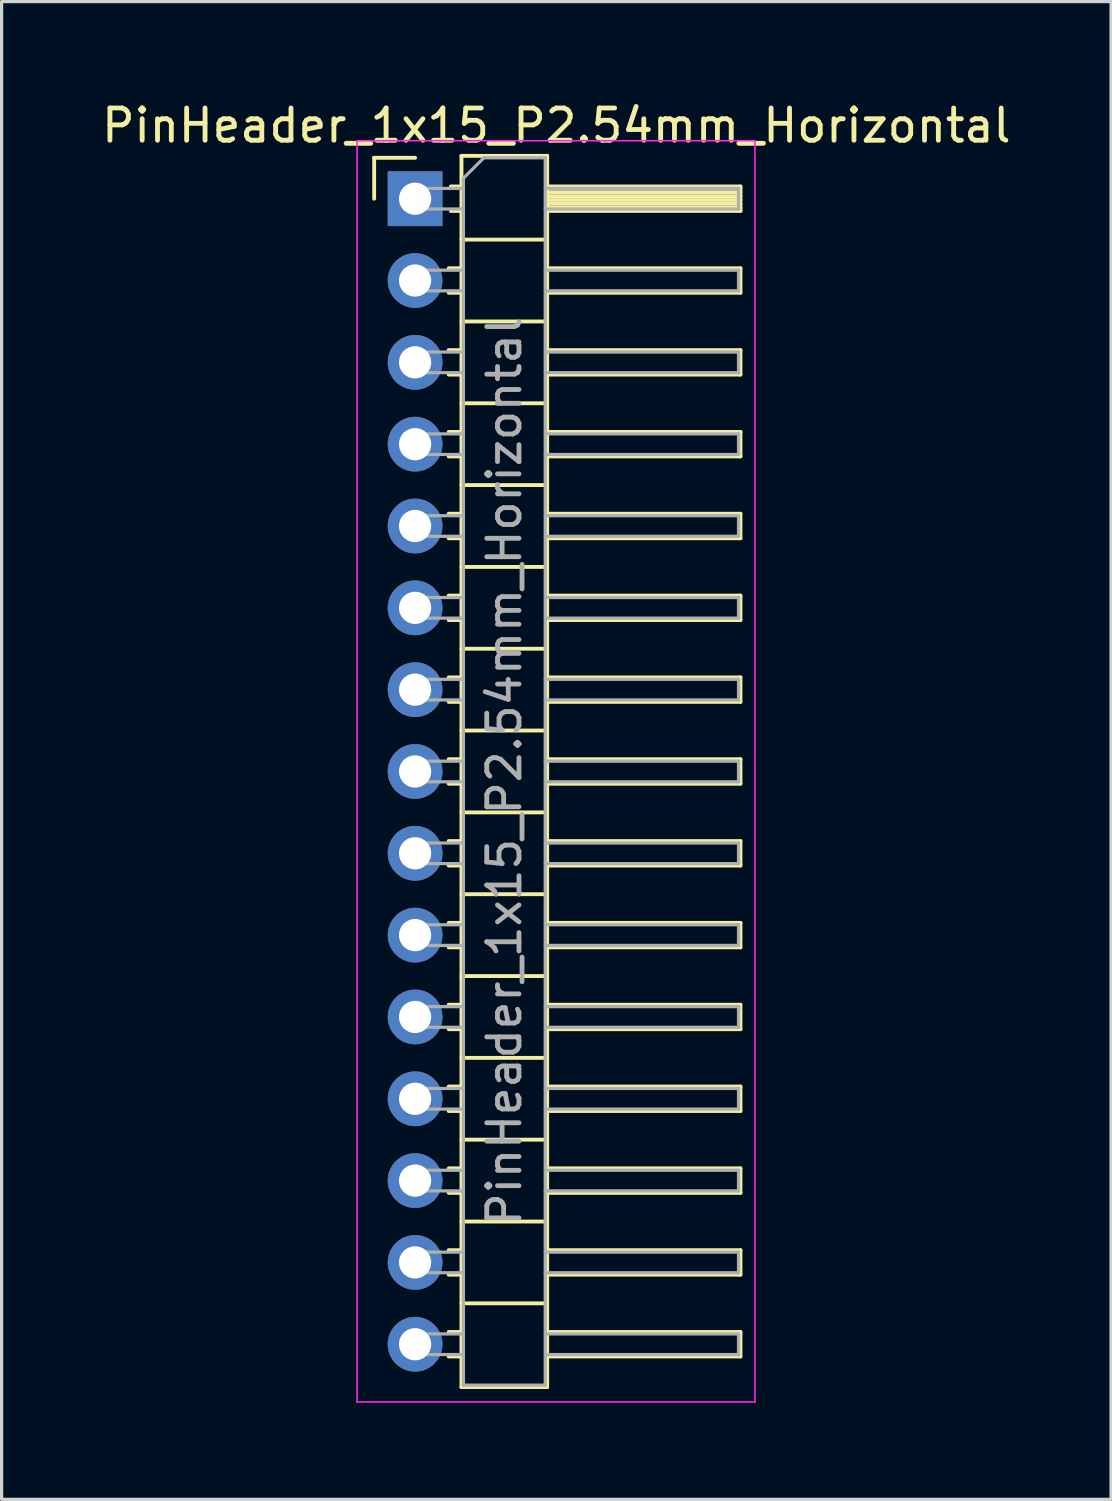
<source format=kicad_pcb>
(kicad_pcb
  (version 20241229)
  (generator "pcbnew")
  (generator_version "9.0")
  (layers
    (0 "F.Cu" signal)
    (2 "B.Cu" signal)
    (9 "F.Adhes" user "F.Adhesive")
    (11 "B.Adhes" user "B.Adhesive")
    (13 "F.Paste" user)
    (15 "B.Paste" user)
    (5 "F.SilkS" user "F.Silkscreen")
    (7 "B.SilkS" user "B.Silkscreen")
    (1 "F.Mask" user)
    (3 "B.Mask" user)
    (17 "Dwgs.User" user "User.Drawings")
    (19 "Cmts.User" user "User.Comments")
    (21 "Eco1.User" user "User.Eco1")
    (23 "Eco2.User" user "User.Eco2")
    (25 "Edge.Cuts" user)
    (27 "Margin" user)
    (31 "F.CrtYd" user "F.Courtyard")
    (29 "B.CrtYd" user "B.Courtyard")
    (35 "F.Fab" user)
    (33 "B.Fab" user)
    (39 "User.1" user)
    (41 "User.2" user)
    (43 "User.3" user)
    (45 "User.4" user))
  (footprint "PinHeader_1x15_P2.54mm_Horizontal"
    (layer "F.Cu")
    (at 9.835 3.118)
    (property "Reference" "PinHeader_1x15_P2.54mm_Horizontal" (at 4.385 -2.27 0) (layer "F.SilkS") (effects (font (size 1 1) (thickness 0.15))))
    (attr through_hole)
    (fp_line (start -1.27 -1.27) (end 0 -1.27) (stroke (width 0.12) (type solid)) (layer "F.SilkS"))
    (fp_line (start -1.27 0) (end -1.27 -1.27) (stroke (width 0.12) (type solid)) (layer "F.SilkS"))
    (fp_line (start 1.043 2.16) (end 1.44 2.16) (stroke (width 0.12) (type solid)) (layer "F.SilkS"))
    (fp_line (start 1.043 2.92) (end 1.44 2.92) (stroke (width 0.12) (type solid)) (layer "F.SilkS"))
    (fp_line (start 1.043 4.7) (end 1.44 4.7) (stroke (width 0.12) (type solid)) (layer "F.SilkS"))
    (fp_line (start 1.043 5.46) (end 1.44 5.46) (stroke (width 0.12) (type solid)) (layer "F.SilkS"))
    (fp_line (start 1.043 7.24) (end 1.44 7.24) (stroke (width 0.12) (type solid)) (layer "F.SilkS"))
    (fp_line (start 1.043 8) (end 1.44 8) (stroke (width 0.12) (type solid)) (layer "F.SilkS"))
    (fp_line (start 1.043 9.78) (end 1.44 9.78) (stroke (width 0.12) (type solid)) (layer "F.SilkS"))
    (fp_line (start 1.043 10.54) (end 1.44 10.54) (stroke (width 0.12) (type solid)) (layer "F.SilkS"))
    (fp_line (start 1.043 12.32) (end 1.44 12.32) (stroke (width 0.12) (type solid)) (layer "F.SilkS"))
    (fp_line (start 1.043 13.08) (end 1.44 13.08) (stroke (width 0.12) (type solid)) (layer "F.SilkS"))
    (fp_line (start 1.043 14.86) (end 1.44 14.86) (stroke (width 0.12) (type solid)) (layer "F.SilkS"))
    (fp_line (start 1.043 15.62) (end 1.44 15.62) (stroke (width 0.12) (type solid)) (layer "F.SilkS"))
    (fp_line (start 1.043 17.4) (end 1.44 17.4) (stroke (width 0.12) (type solid)) (layer "F.SilkS"))
    (fp_line (start 1.043 18.16) (end 1.44 18.16) (stroke (width 0.12) (type solid)) (layer "F.SilkS"))
    (fp_line (start 1.043 19.94) (end 1.44 19.94) (stroke (width 0.12) (type solid)) (layer "F.SilkS"))
    (fp_line (start 1.043 20.7) (end 1.44 20.7) (stroke (width 0.12) (type solid)) (layer "F.SilkS"))
    (fp_line (start 1.043 22.48) (end 1.44 22.48) (stroke (width 0.12) (type solid)) (layer "F.SilkS"))
    (fp_line (start 1.043 23.24) (end 1.44 23.24) (stroke (width 0.12) (type solid)) (layer "F.SilkS"))
    (fp_line (start 1.043 25.02) (end 1.44 25.02) (stroke (width 0.12) (type solid)) (layer "F.SilkS"))
    (fp_line (start 1.043 25.78) (end 1.44 25.78) (stroke (width 0.12) (type solid)) (layer "F.SilkS"))
    (fp_line (start 1.043 27.56) (end 1.44 27.56) (stroke (width 0.12) (type solid)) (layer "F.SilkS"))
    (fp_line (start 1.043 28.32) (end 1.44 28.32) (stroke (width 0.12) (type solid)) (layer "F.SilkS"))
    (fp_line (start 1.043 30.1) (end 1.44 30.1) (stroke (width 0.12) (type solid)) (layer "F.SilkS"))
    (fp_line (start 1.043 30.86) (end 1.44 30.86) (stroke (width 0.12) (type solid)) (layer "F.SilkS"))
    (fp_line (start 1.043 32.64) (end 1.44 32.64) (stroke (width 0.12) (type solid)) (layer "F.SilkS"))
    (fp_line (start 1.043 33.4) (end 1.44 33.4) (stroke (width 0.12) (type solid)) (layer "F.SilkS"))
    (fp_line (start 1.043 35.18) (end 1.44 35.18) (stroke (width 0.12) (type solid)) (layer "F.SilkS"))
    (fp_line (start 1.043 35.94) (end 1.44 35.94) (stroke (width 0.12) (type solid)) (layer "F.SilkS"))
    (fp_line (start 1.11 -0.38) (end 1.44 -0.38) (stroke (width 0.12) (type solid)) (layer "F.SilkS"))
    (fp_line (start 1.11 0.38) (end 1.44 0.38) (stroke (width 0.12) (type solid)) (layer "F.SilkS"))
    (fp_line (start 1.44 -1.33) (end 1.44 36.89) (stroke (width 0.12) (type solid)) (layer "F.SilkS"))
    (fp_line (start 1.44 1.27) (end 4.1 1.27) (stroke (width 0.12) (type solid)) (layer "F.SilkS"))
    (fp_line (start 1.44 3.81) (end 4.1 3.81) (stroke (width 0.12) (type solid)) (layer "F.SilkS"))
    (fp_line (start 1.44 6.35) (end 4.1 6.35) (stroke (width 0.12) (type solid)) (layer "F.SilkS"))
    (fp_line (start 1.44 8.89) (end 4.1 8.89) (stroke (width 0.12) (type solid)) (layer "F.SilkS"))
    (fp_line (start 1.44 11.43) (end 4.1 11.43) (stroke (width 0.12) (type solid)) (layer "F.SilkS"))
    (fp_line (start 1.44 13.97) (end 4.1 13.97) (stroke (width 0.12) (type solid)) (layer "F.SilkS"))
    (fp_line (start 1.44 16.51) (end 4.1 16.51) (stroke (width 0.12) (type solid)) (layer "F.SilkS"))
    (fp_line (start 1.44 19.05) (end 4.1 19.05) (stroke (width 0.12) (type solid)) (layer "F.SilkS"))
    (fp_line (start 1.44 21.59) (end 4.1 21.59) (stroke (width 0.12) (type solid)) (layer "F.SilkS"))
    (fp_line (start 1.44 24.13) (end 4.1 24.13) (stroke (width 0.12) (type solid)) (layer "F.SilkS"))
    (fp_line (start 1.44 26.67) (end 4.1 26.67) (stroke (width 0.12) (type solid)) (layer "F.SilkS"))
    (fp_line (start 1.44 29.21) (end 4.1 29.21) (stroke (width 0.12) (type solid)) (layer "F.SilkS"))
    (fp_line (start 1.44 31.75) (end 4.1 31.75) (stroke (width 0.12) (type solid)) (layer "F.SilkS"))
    (fp_line (start 1.44 34.29) (end 4.1 34.29) (stroke (width 0.12) (type solid)) (layer "F.SilkS"))
    (fp_line (start 1.44 36.89) (end 4.1 36.89) (stroke (width 0.12) (type solid)) (layer "F.SilkS"))
    (fp_line (start 4.1 -1.33) (end 1.44 -1.33) (stroke (width 0.12) (type solid)) (layer "F.SilkS"))
    (fp_line (start 4.1 -0.38) (end 10.1 -0.38) (stroke (width 0.12) (type solid)) (layer "F.SilkS"))
    (fp_line (start 4.1 -0.32) (end 10.1 -0.32) (stroke (width 0.12) (type solid)) (layer "F.SilkS"))
    (fp_line (start 4.1 -0.2) (end 10.1 -0.2) (stroke (width 0.12) (type solid)) (layer "F.SilkS"))
    (fp_line (start 4.1 -0.08) (end 10.1 -0.08) (stroke (width 0.12) (type solid)) (layer "F.SilkS"))
    (fp_line (start 4.1 0.04) (end 10.1 0.04) (stroke (width 0.12) (type solid)) (layer "F.SilkS"))
    (fp_line (start 4.1 0.16) (end 10.1 0.16) (stroke (width 0.12) (type solid)) (layer "F.SilkS"))
    (fp_line (start 4.1 0.28) (end 10.1 0.28) (stroke (width 0.12) (type solid)) (layer "F.SilkS"))
    (fp_line (start 4.1 2.16) (end 10.1 2.16) (stroke (width 0.12) (type solid)) (layer "F.SilkS"))
    (fp_line (start 4.1 4.7) (end 10.1 4.7) (stroke (width 0.12) (type solid)) (layer "F.SilkS"))
    (fp_line (start 4.1 7.24) (end 10.1 7.24) (stroke (width 0.12) (type solid)) (layer "F.SilkS"))
    (fp_line (start 4.1 9.78) (end 10.1 9.78) (stroke (width 0.12) (type solid)) (layer "F.SilkS"))
    (fp_line (start 4.1 12.32) (end 10.1 12.32) (stroke (width 0.12) (type solid)) (layer "F.SilkS"))
    (fp_line (start 4.1 14.86) (end 10.1 14.86) (stroke (width 0.12) (type solid)) (layer "F.SilkS"))
    (fp_line (start 4.1 17.4) (end 10.1 17.4) (stroke (width 0.12) (type solid)) (layer "F.SilkS"))
    (fp_line (start 4.1 19.94) (end 10.1 19.94) (stroke (width 0.12) (type solid)) (layer "F.SilkS"))
    (fp_line (start 4.1 22.48) (end 10.1 22.48) (stroke (width 0.12) (type solid)) (layer "F.SilkS"))
    (fp_line (start 4.1 25.02) (end 10.1 25.02) (stroke (width 0.12) (type solid)) (layer "F.SilkS"))
    (fp_line (start 4.1 27.56) (end 10.1 27.56) (stroke (width 0.12) (type solid)) (layer "F.SilkS"))
    (fp_line (start 4.1 30.1) (end 10.1 30.1) (stroke (width 0.12) (type solid)) (layer "F.SilkS"))
    (fp_line (start 4.1 32.64) (end 10.1 32.64) (stroke (width 0.12) (type solid)) (layer "F.SilkS"))
    (fp_line (start 4.1 35.18) (end 10.1 35.18) (stroke (width 0.12) (type solid)) (layer "F.SilkS"))
    (fp_line (start 4.1 36.89) (end 4.1 -1.33) (stroke (width 0.12) (type solid)) (layer "F.SilkS"))
    (fp_line (start 10.1 -0.38) (end 10.1 0.38) (stroke (width 0.12) (type solid)) (layer "F.SilkS"))
    (fp_line (start 10.1 0.38) (end 4.1 0.38) (stroke (width 0.12) (type solid)) (layer "F.SilkS"))
    (fp_line (start 10.1 2.16) (end 10.1 2.92) (stroke (width 0.12) (type solid)) (layer "F.SilkS"))
    (fp_line (start 10.1 2.92) (end 4.1 2.92) (stroke (width 0.12) (type solid)) (layer "F.SilkS"))
    (fp_line (start 10.1 4.7) (end 10.1 5.46) (stroke (width 0.12) (type solid)) (layer "F.SilkS"))
    (fp_line (start 10.1 5.46) (end 4.1 5.46) (stroke (width 0.12) (type solid)) (layer "F.SilkS"))
    (fp_line (start 10.1 7.24) (end 10.1 8) (stroke (width 0.12) (type solid)) (layer "F.SilkS"))
    (fp_line (start 10.1 8) (end 4.1 8) (stroke (width 0.12) (type solid)) (layer "F.SilkS"))
    (fp_line (start 10.1 9.78) (end 10.1 10.54) (stroke (width 0.12) (type solid)) (layer "F.SilkS"))
    (fp_line (start 10.1 10.54) (end 4.1 10.54) (stroke (width 0.12) (type solid)) (layer "F.SilkS"))
    (fp_line (start 10.1 12.32) (end 10.1 13.08) (stroke (width 0.12) (type solid)) (layer "F.SilkS"))
    (fp_line (start 10.1 13.08) (end 4.1 13.08) (stroke (width 0.12) (type solid)) (layer "F.SilkS"))
    (fp_line (start 10.1 14.86) (end 10.1 15.62) (stroke (width 0.12) (type solid)) (layer "F.SilkS"))
    (fp_line (start 10.1 15.62) (end 4.1 15.62) (stroke (width 0.12) (type solid)) (layer "F.SilkS"))
    (fp_line (start 10.1 17.4) (end 10.1 18.16) (stroke (width 0.12) (type solid)) (layer "F.SilkS"))
    (fp_line (start 10.1 18.16) (end 4.1 18.16) (stroke (width 0.12) (type solid)) (layer "F.SilkS"))
    (fp_line (start 10.1 19.94) (end 10.1 20.7) (stroke (width 0.12) (type solid)) (layer "F.SilkS"))
    (fp_line (start 10.1 20.7) (end 4.1 20.7) (stroke (width 0.12) (type solid)) (layer "F.SilkS"))
    (fp_line (start 10.1 22.48) (end 10.1 23.24) (stroke (width 0.12) (type solid)) (layer "F.SilkS"))
    (fp_line (start 10.1 23.24) (end 4.1 23.24) (stroke (width 0.12) (type solid)) (layer "F.SilkS"))
    (fp_line (start 10.1 25.02) (end 10.1 25.78) (stroke (width 0.12) (type solid)) (layer "F.SilkS"))
    (fp_line (start 10.1 25.78) (end 4.1 25.78) (stroke (width 0.12) (type solid)) (layer "F.SilkS"))
    (fp_line (start 10.1 27.56) (end 10.1 28.32) (stroke (width 0.12) (type solid)) (layer "F.SilkS"))
    (fp_line (start 10.1 28.32) (end 4.1 28.32) (stroke (width 0.12) (type solid)) (layer "F.SilkS"))
    (fp_line (start 10.1 30.1) (end 10.1 30.86) (stroke (width 0.12) (type solid)) (layer "F.SilkS"))
    (fp_line (start 10.1 30.86) (end 4.1 30.86) (stroke (width 0.12) (type solid)) (layer "F.SilkS"))
    (fp_line (start 10.1 32.64) (end 10.1 33.4) (stroke (width 0.12) (type solid)) (layer "F.SilkS"))
    (fp_line (start 10.1 33.4) (end 4.1 33.4) (stroke (width 0.12) (type solid)) (layer "F.SilkS"))
    (fp_line (start 10.1 35.18) (end 10.1 35.94) (stroke (width 0.12) (type solid)) (layer "F.SilkS"))
    (fp_line (start 10.1 35.94) (end 4.1 35.94) (stroke (width 0.12) (type solid)) (layer "F.SilkS"))
    (fp_line (start -1.8 -1.8) (end -1.8 37.35) (stroke (width 0.05) (type solid)) (layer "F.CrtYd"))
    (fp_line (start -1.8 37.35) (end 10.55 37.35) (stroke (width 0.05) (type solid)) (layer "F.CrtYd"))
    (fp_line (start 10.55 -1.8) (end -1.8 -1.8) (stroke (width 0.05) (type solid)) (layer "F.CrtYd"))
    (fp_line (start 10.55 37.35) (end 10.55 -1.8) (stroke (width 0.05) (type solid)) (layer "F.CrtYd"))
    (fp_line (start -0.32 -0.32) (end -0.32 0.32) (stroke (width 0.1) (type solid)) (layer "F.Fab"))
    (fp_line (start -0.32 -0.32) (end 1.5 -0.32) (stroke (width 0.1) (type solid)) (layer "F.Fab"))
    (fp_line (start -0.32 0.32) (end 1.5 0.32) (stroke (width 0.1) (type solid)) (layer "F.Fab"))
    (fp_line (start -0.32 2.22) (end -0.32 2.86) (stroke (width 0.1) (type solid)) (layer "F.Fab"))
    (fp_line (start -0.32 2.22) (end 1.5 2.22) (stroke (width 0.1) (type solid)) (layer "F.Fab"))
    (fp_line (start -0.32 2.86) (end 1.5 2.86) (stroke (width 0.1) (type solid)) (layer "F.Fab"))
    (fp_line (start -0.32 4.76) (end -0.32 5.4) (stroke (width 0.1) (type solid)) (layer "F.Fab"))
    (fp_line (start -0.32 4.76) (end 1.5 4.76) (stroke (width 0.1) (type solid)) (layer "F.Fab"))
    (fp_line (start -0.32 5.4) (end 1.5 5.4) (stroke (width 0.1) (type solid)) (layer "F.Fab"))
    (fp_line (start -0.32 7.3) (end -0.32 7.94) (stroke (width 0.1) (type solid)) (layer "F.Fab"))
    (fp_line (start -0.32 7.3) (end 1.5 7.3) (stroke (width 0.1) (type solid)) (layer "F.Fab"))
    (fp_line (start -0.32 7.94) (end 1.5 7.94) (stroke (width 0.1) (type solid)) (layer "F.Fab"))
    (fp_line (start -0.32 9.84) (end -0.32 10.48) (stroke (width 0.1) (type solid)) (layer "F.Fab"))
    (fp_line (start -0.32 9.84) (end 1.5 9.84) (stroke (width 0.1) (type solid)) (layer "F.Fab"))
    (fp_line (start -0.32 10.48) (end 1.5 10.48) (stroke (width 0.1) (type solid)) (layer "F.Fab"))
    (fp_line (start -0.32 12.38) (end -0.32 13.02) (stroke (width 0.1) (type solid)) (layer "F.Fab"))
    (fp_line (start -0.32 12.38) (end 1.5 12.38) (stroke (width 0.1) (type solid)) (layer "F.Fab"))
    (fp_line (start -0.32 13.02) (end 1.5 13.02) (stroke (width 0.1) (type solid)) (layer "F.Fab"))
    (fp_line (start -0.32 14.92) (end -0.32 15.56) (stroke (width 0.1) (type solid)) (layer "F.Fab"))
    (fp_line (start -0.32 14.92) (end 1.5 14.92) (stroke (width 0.1) (type solid)) (layer "F.Fab"))
    (fp_line (start -0.32 15.56) (end 1.5 15.56) (stroke (width 0.1) (type solid)) (layer "F.Fab"))
    (fp_line (start -0.32 17.46) (end -0.32 18.1) (stroke (width 0.1) (type solid)) (layer "F.Fab"))
    (fp_line (start -0.32 17.46) (end 1.5 17.46) (stroke (width 0.1) (type solid)) (layer "F.Fab"))
    (fp_line (start -0.32 18.1) (end 1.5 18.1) (stroke (width 0.1) (type solid)) (layer "F.Fab"))
    (fp_line (start -0.32 20) (end -0.32 20.64) (stroke (width 0.1) (type solid)) (layer "F.Fab"))
    (fp_line (start -0.32 20) (end 1.5 20) (stroke (width 0.1) (type solid)) (layer "F.Fab"))
    (fp_line (start -0.32 20.64) (end 1.5 20.64) (stroke (width 0.1) (type solid)) (layer "F.Fab"))
    (fp_line (start -0.32 22.54) (end -0.32 23.18) (stroke (width 0.1) (type solid)) (layer "F.Fab"))
    (fp_line (start -0.32 22.54) (end 1.5 22.54) (stroke (width 0.1) (type solid)) (layer "F.Fab"))
    (fp_line (start -0.32 23.18) (end 1.5 23.18) (stroke (width 0.1) (type solid)) (layer "F.Fab"))
    (fp_line (start -0.32 25.08) (end -0.32 25.72) (stroke (width 0.1) (type solid)) (layer "F.Fab"))
    (fp_line (start -0.32 25.08) (end 1.5 25.08) (stroke (width 0.1) (type solid)) (layer "F.Fab"))
    (fp_line (start -0.32 25.72) (end 1.5 25.72) (stroke (width 0.1) (type solid)) (layer "F.Fab"))
    (fp_line (start -0.32 27.62) (end -0.32 28.26) (stroke (width 0.1) (type solid)) (layer "F.Fab"))
    (fp_line (start -0.32 27.62) (end 1.5 27.62) (stroke (width 0.1) (type solid)) (layer "F.Fab"))
    (fp_line (start -0.32 28.26) (end 1.5 28.26) (stroke (width 0.1) (type solid)) (layer "F.Fab"))
    (fp_line (start -0.32 30.16) (end -0.32 30.8) (stroke (width 0.1) (type solid)) (layer "F.Fab"))
    (fp_line (start -0.32 30.16) (end 1.5 30.16) (stroke (width 0.1) (type solid)) (layer "F.Fab"))
    (fp_line (start -0.32 30.8) (end 1.5 30.8) (stroke (width 0.1) (type solid)) (layer "F.Fab"))
    (fp_line (start -0.32 32.7) (end -0.32 33.34) (stroke (width 0.1) (type solid)) (layer "F.Fab"))
    (fp_line (start -0.32 32.7) (end 1.5 32.7) (stroke (width 0.1) (type solid)) (layer "F.Fab"))
    (fp_line (start -0.32 33.34) (end 1.5 33.34) (stroke (width 0.1) (type solid)) (layer "F.Fab"))
    (fp_line (start -0.32 35.24) (end -0.32 35.88) (stroke (width 0.1) (type solid)) (layer "F.Fab"))
    (fp_line (start -0.32 35.24) (end 1.5 35.24) (stroke (width 0.1) (type solid)) (layer "F.Fab"))
    (fp_line (start -0.32 35.88) (end 1.5 35.88) (stroke (width 0.1) (type solid)) (layer "F.Fab"))
    (fp_line (start 1.5 -0.635) (end 2.135 -1.27) (stroke (width 0.1) (type solid)) (layer "F.Fab"))
    (fp_line (start 1.5 36.83) (end 1.5 -0.635) (stroke (width 0.1) (type solid)) (layer "F.Fab"))
    (fp_line (start 2.135 -1.27) (end 4.04 -1.27) (stroke (width 0.1) (type solid)) (layer "F.Fab"))
    (fp_line (start 4.04 -1.27) (end 4.04 36.83) (stroke (width 0.1) (type solid)) (layer "F.Fab"))
    (fp_line (start 4.04 -0.32) (end 10.04 -0.32) (stroke (width 0.1) (type solid)) (layer "F.Fab"))
    (fp_line (start 4.04 0.32) (end 10.04 0.32) (stroke (width 0.1) (type solid)) (layer "F.Fab"))
    (fp_line (start 4.04 2.22) (end 10.04 2.22) (stroke (width 0.1) (type solid)) (layer "F.Fab"))
    (fp_line (start 4.04 2.86) (end 10.04 2.86) (stroke (width 0.1) (type solid)) (layer "F.Fab"))
    (fp_line (start 4.04 4.76) (end 10.04 4.76) (stroke (width 0.1) (type solid)) (layer "F.Fab"))
    (fp_line (start 4.04 5.4) (end 10.04 5.4) (stroke (width 0.1) (type solid)) (layer "F.Fab"))
    (fp_line (start 4.04 7.3) (end 10.04 7.3) (stroke (width 0.1) (type solid)) (layer "F.Fab"))
    (fp_line (start 4.04 7.94) (end 10.04 7.94) (stroke (width 0.1) (type solid)) (layer "F.Fab"))
    (fp_line (start 4.04 9.84) (end 10.04 9.84) (stroke (width 0.1) (type solid)) (layer "F.Fab"))
    (fp_line (start 4.04 10.48) (end 10.04 10.48) (stroke (width 0.1) (type solid)) (layer "F.Fab"))
    (fp_line (start 4.04 12.38) (end 10.04 12.38) (stroke (width 0.1) (type solid)) (layer "F.Fab"))
    (fp_line (start 4.04 13.02) (end 10.04 13.02) (stroke (width 0.1) (type solid)) (layer "F.Fab"))
    (fp_line (start 4.04 14.92) (end 10.04 14.92) (stroke (width 0.1) (type solid)) (layer "F.Fab"))
    (fp_line (start 4.04 15.56) (end 10.04 15.56) (stroke (width 0.1) (type solid)) (layer "F.Fab"))
    (fp_line (start 4.04 17.46) (end 10.04 17.46) (stroke (width 0.1) (type solid)) (layer "F.Fab"))
    (fp_line (start 4.04 18.1) (end 10.04 18.1) (stroke (width 0.1) (type solid)) (layer "F.Fab"))
    (fp_line (start 4.04 20) (end 10.04 20) (stroke (width 0.1) (type solid)) (layer "F.Fab"))
    (fp_line (start 4.04 20.64) (end 10.04 20.64) (stroke (width 0.1) (type solid)) (layer "F.Fab"))
    (fp_line (start 4.04 22.54) (end 10.04 22.54) (stroke (width 0.1) (type solid)) (layer "F.Fab"))
    (fp_line (start 4.04 23.18) (end 10.04 23.18) (stroke (width 0.1) (type solid)) (layer "F.Fab"))
    (fp_line (start 4.04 25.08) (end 10.04 25.08) (stroke (width 0.1) (type solid)) (layer "F.Fab"))
    (fp_line (start 4.04 25.72) (end 10.04 25.72) (stroke (width 0.1) (type solid)) (layer "F.Fab"))
    (fp_line (start 4.04 27.62) (end 10.04 27.62) (stroke (width 0.1) (type solid)) (layer "F.Fab"))
    (fp_line (start 4.04 28.26) (end 10.04 28.26) (stroke (width 0.1) (type solid)) (layer "F.Fab"))
    (fp_line (start 4.04 30.16) (end 10.04 30.16) (stroke (width 0.1) (type solid)) (layer "F.Fab"))
    (fp_line (start 4.04 30.8) (end 10.04 30.8) (stroke (width 0.1) (type solid)) (layer "F.Fab"))
    (fp_line (start 4.04 32.7) (end 10.04 32.7) (stroke (width 0.1) (type solid)) (layer "F.Fab"))
    (fp_line (start 4.04 33.34) (end 10.04 33.34) (stroke (width 0.1) (type solid)) (layer "F.Fab"))
    (fp_line (start 4.04 35.24) (end 10.04 35.24) (stroke (width 0.1) (type solid)) (layer "F.Fab"))
    (fp_line (start 4.04 35.88) (end 10.04 35.88) (stroke (width 0.1) (type solid)) (layer "F.Fab"))
    (fp_line (start 4.04 36.83) (end 1.5 36.83) (stroke (width 0.1) (type solid)) (layer "F.Fab"))
    (fp_line (start 10.04 -0.32) (end 10.04 0.32) (stroke (width 0.1) (type solid)) (layer "F.Fab"))
    (fp_line (start 10.04 2.22) (end 10.04 2.86) (stroke (width 0.1) (type solid)) (layer "F.Fab"))
    (fp_line (start 10.04 4.76) (end 10.04 5.4) (stroke (width 0.1) (type solid)) (layer "F.Fab"))
    (fp_line (start 10.04 7.3) (end 10.04 7.94) (stroke (width 0.1) (type solid)) (layer "F.Fab"))
    (fp_line (start 10.04 9.84) (end 10.04 10.48) (stroke (width 0.1) (type solid)) (layer "F.Fab"))
    (fp_line (start 10.04 12.38) (end 10.04 13.02) (stroke (width 0.1) (type solid)) (layer "F.Fab"))
    (fp_line (start 10.04 14.92) (end 10.04 15.56) (stroke (width 0.1) (type solid)) (layer "F.Fab"))
    (fp_line (start 10.04 17.46) (end 10.04 18.1) (stroke (width 0.1) (type solid)) (layer "F.Fab"))
    (fp_line (start 10.04 20) (end 10.04 20.64) (stroke (width 0.1) (type solid)) (layer "F.Fab"))
    (fp_line (start 10.04 22.54) (end 10.04 23.18) (stroke (width 0.1) (type solid)) (layer "F.Fab"))
    (fp_line (start 10.04 25.08) (end 10.04 25.72) (stroke (width 0.1) (type solid)) (layer "F.Fab"))
    (fp_line (start 10.04 27.62) (end 10.04 28.26) (stroke (width 0.1) (type solid)) (layer "F.Fab"))
    (fp_line (start 10.04 30.16) (end 10.04 30.8) (stroke (width 0.1) (type solid)) (layer "F.Fab"))
    (fp_line (start 10.04 32.7) (end 10.04 33.34) (stroke (width 0.1) (type solid)) (layer "F.Fab"))
    (fp_line (start 10.04 35.24) (end 10.04 35.88) (stroke (width 0.1) (type solid)) (layer "F.Fab"))
    (fp_text user "${REFERENCE}" (at 2.77 17.78 90) (layer "F.Fab") (effects (font (size 1 1) (thickness 0.15))))
    (pad "1" thru_hole rect (at 0 0) (size 1.7 1.7) (drill 1) (layers "*.Cu" "*.Mask"))
    (pad "2" thru_hole oval (at 0 2.54) (size 1.7 1.7) (drill 1) (layers "*.Cu" "*.Mask"))
    (pad "3" thru_hole oval (at 0 5.08) (size 1.7 1.7) (drill 1) (layers "*.Cu" "*.Mask"))
    (pad "4" thru_hole oval (at 0 7.62) (size 1.7 1.7) (drill 1) (layers "*.Cu" "*.Mask"))
    (pad "5" thru_hole oval (at 0 10.16) (size 1.7 1.7) (drill 1) (layers "*.Cu" "*.Mask"))
    (pad "6" thru_hole oval (at 0 12.7) (size 1.7 1.7) (drill 1) (layers "*.Cu" "*.Mask"))
    (pad "7" thru_hole oval (at 0 15.24) (size 1.7 1.7) (drill 1) (layers "*.Cu" "*.Mask"))
    (pad "8" thru_hole oval (at 0 17.78) (size 1.7 1.7) (drill 1) (layers "*.Cu" "*.Mask"))
    (pad "9" thru_hole oval (at 0 20.32) (size 1.7 1.7) (drill 1) (layers "*.Cu" "*.Mask"))
    (pad "10" thru_hole oval (at 0 22.86) (size 1.7 1.7) (drill 1) (layers "*.Cu" "*.Mask"))
    (pad "11" thru_hole oval (at 0 25.4) (size 1.7 1.7) (drill 1) (layers "*.Cu" "*.Mask"))
    (pad "12" thru_hole oval (at 0 27.94) (size 1.7 1.7) (drill 1) (layers "*.Cu" "*.Mask"))
    (pad "13" thru_hole oval (at 0 30.48) (size 1.7 1.7) (drill 1) (layers "*.Cu" "*.Mask"))
    (pad "14" thru_hole oval (at 0 33.02) (size 1.7 1.7) (drill 1) (layers "*.Cu" "*.Mask"))
    (pad "15" thru_hole oval (at 0 35.56) (size 1.7 1.7) (drill 1) (layers "*.Cu" "*.Mask")))
  (gr_rect
    (start -3 -3)
    (end 31.44 43.493)
    (stroke (width 0.1) (type default))
    (fill no)
    (layer "Edge.Cuts")))
</source>
